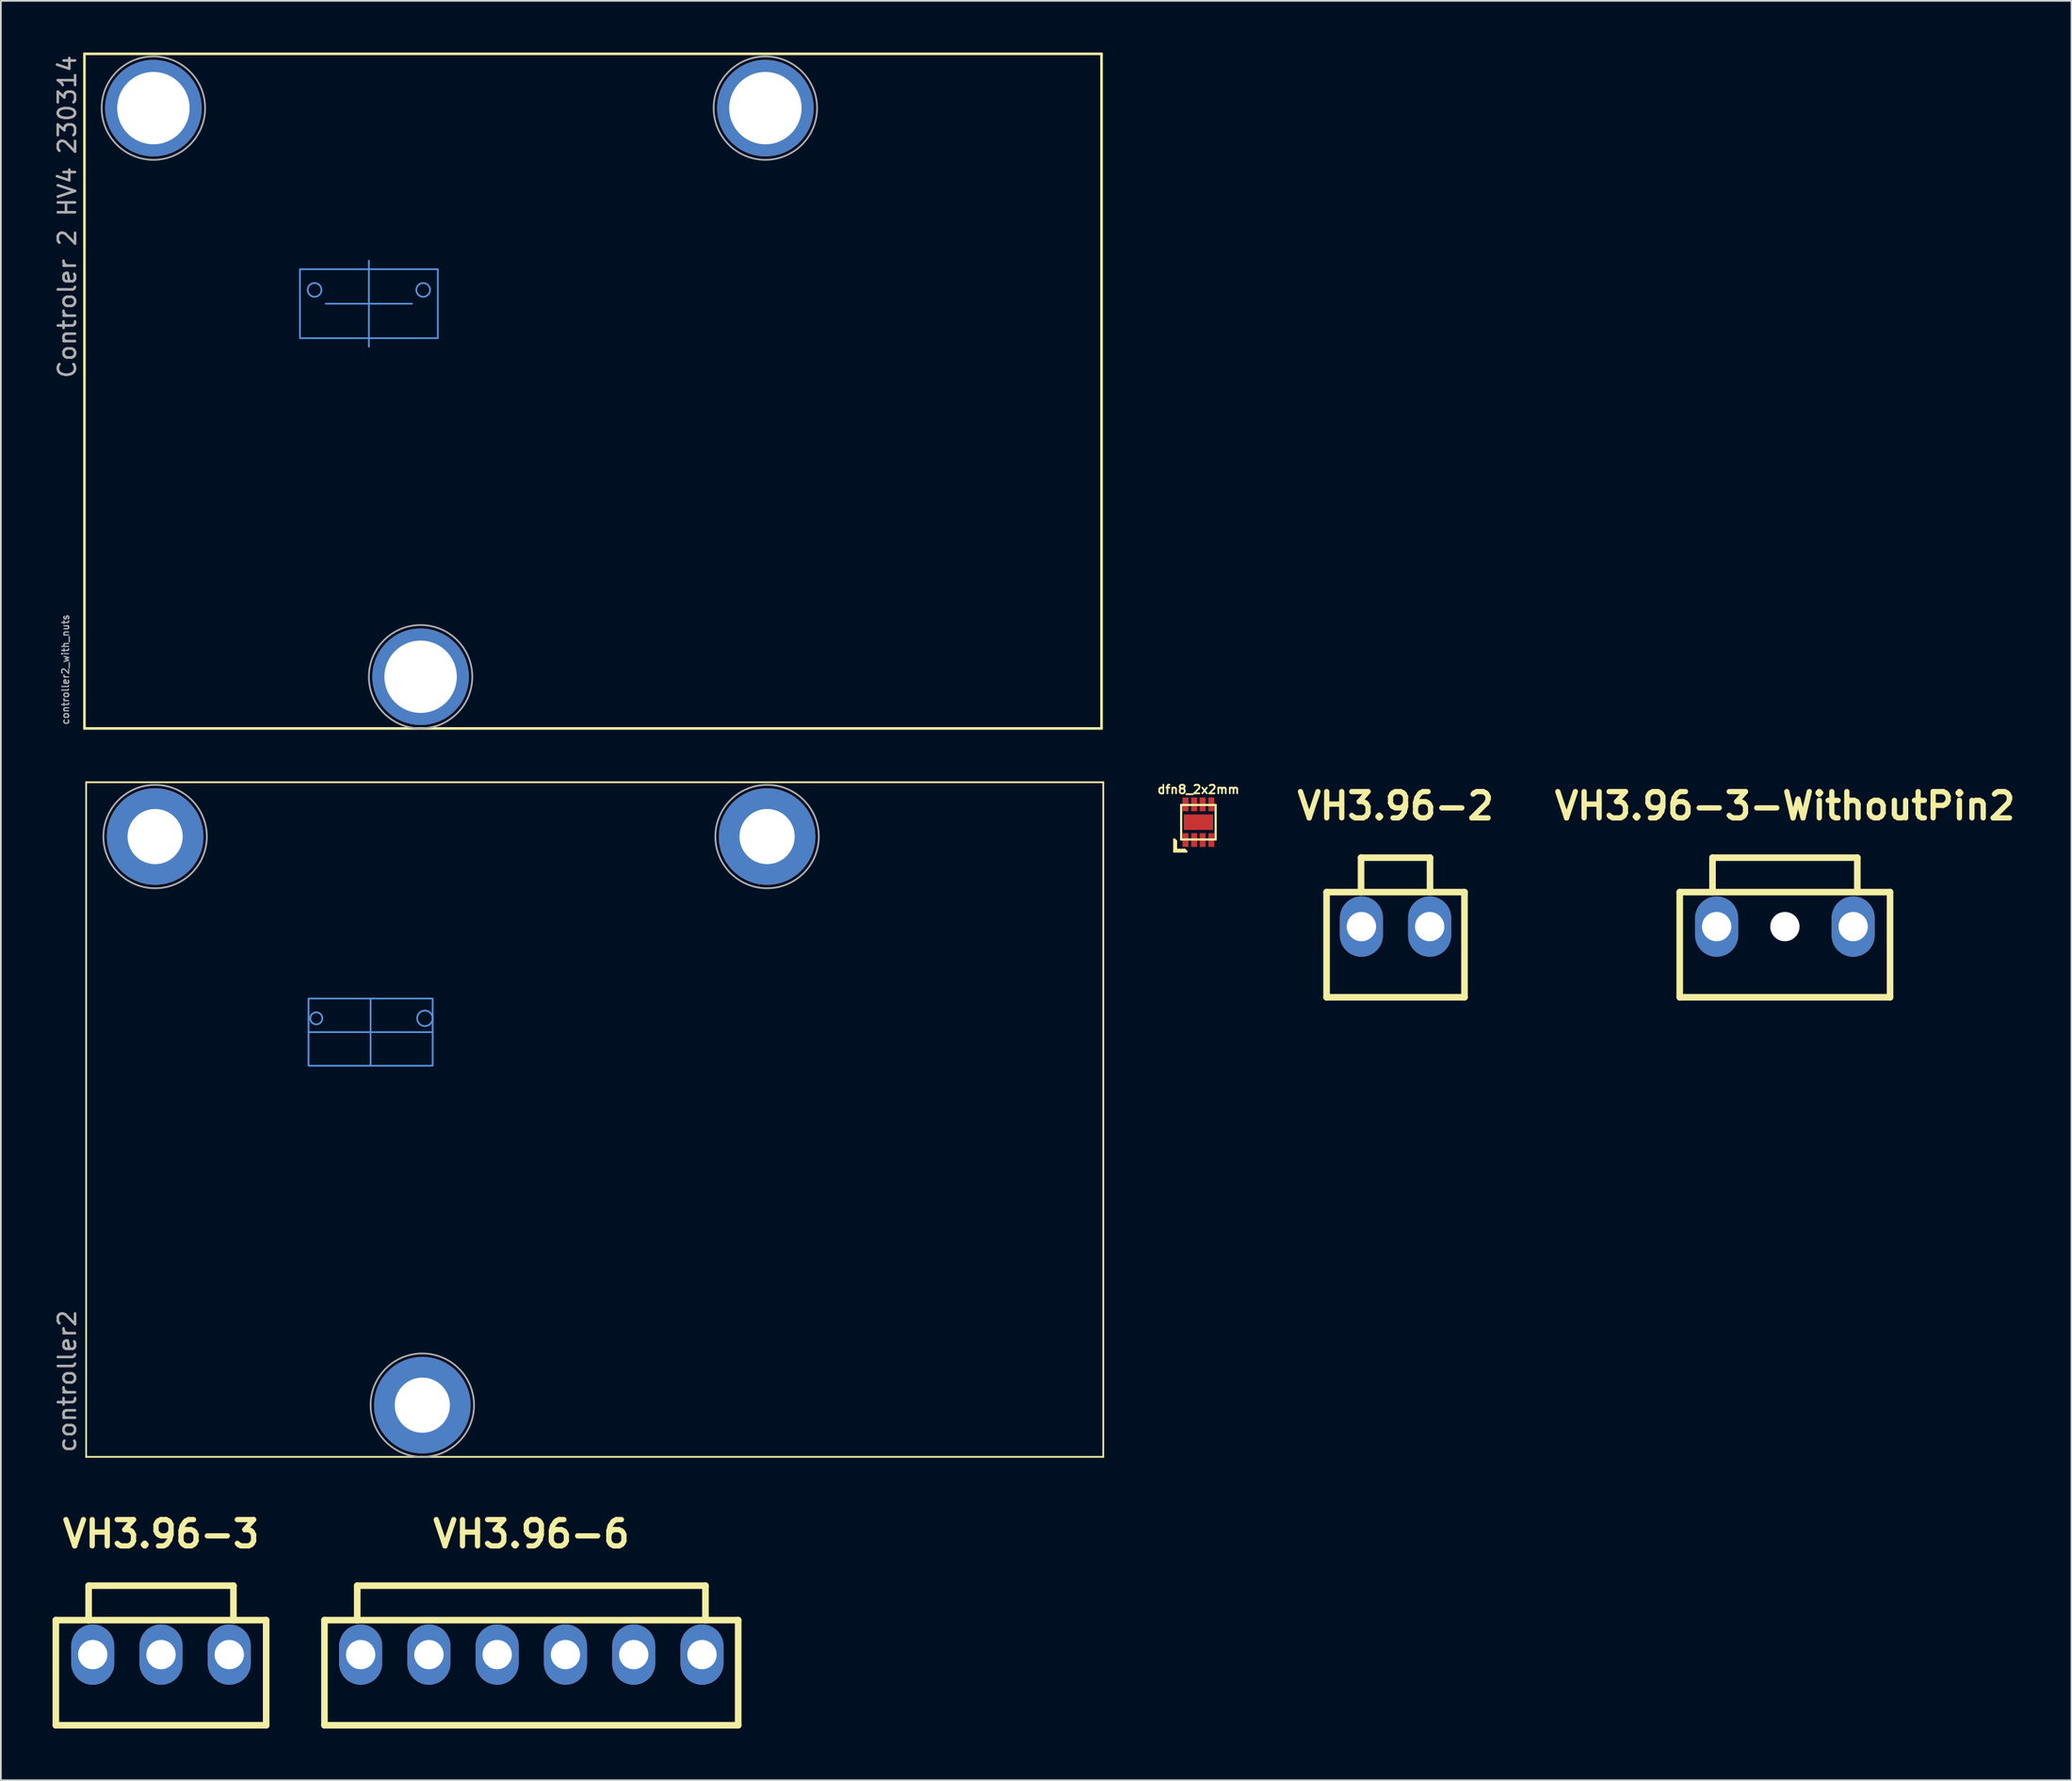
<source format=kicad_pcb>
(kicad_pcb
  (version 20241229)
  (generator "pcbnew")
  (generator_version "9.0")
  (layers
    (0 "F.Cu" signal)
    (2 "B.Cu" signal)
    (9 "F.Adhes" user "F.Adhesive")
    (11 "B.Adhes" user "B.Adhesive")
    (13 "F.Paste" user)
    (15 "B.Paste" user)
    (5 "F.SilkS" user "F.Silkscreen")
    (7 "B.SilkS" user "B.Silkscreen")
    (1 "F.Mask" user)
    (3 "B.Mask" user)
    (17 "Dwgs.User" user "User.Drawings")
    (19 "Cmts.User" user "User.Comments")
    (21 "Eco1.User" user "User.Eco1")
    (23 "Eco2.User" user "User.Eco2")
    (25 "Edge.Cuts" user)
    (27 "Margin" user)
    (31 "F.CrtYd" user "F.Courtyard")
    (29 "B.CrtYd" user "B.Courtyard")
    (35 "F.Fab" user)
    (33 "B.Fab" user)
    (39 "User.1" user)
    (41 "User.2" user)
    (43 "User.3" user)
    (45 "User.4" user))
  (footprint "controller2_with_nuts"
    (layer "F.Cu")
    (at 31.348 19.65)
    (property "Reference" "controller2_with_nuts" (at -30.6 19.4 90) (unlocked yes) (layer "F.Fab") (effects (font (size 0.4 0.4) (thickness 0.075)) (justify left)))
    (attr exclude_from_pos_files exclude_from_bom)
    (fp_line (start -29.5 -19.575) (end 29.5 -19.575) (stroke (width 0.15) (type solid)) (layer "F.SilkS"))
    (fp_line (start -29.5 19.575) (end -29.5 -19.575) (stroke (width 0.15) (type solid)) (layer "F.SilkS"))
    (fp_line (start 29.5 -19.575) (end 29.5 19.575) (stroke (width 0.15) (type solid)) (layer "F.SilkS"))
    (fp_line (start 29.5 19.575) (end -29.5 19.575) (stroke (width 0.15) (type solid)) (layer "F.SilkS"))
    (fp_arc (start -27.866518 -17.034104) (mid -27.624484 -17.62027) (end -27.240109 -18.124677) (stroke (width 0.6) (type default)) (layer "B.Paste"))
    (fp_arc (start -27.232411 -14.667585) (mid -27.619029 -15.170275) (end -27.863671 -15.755358) (stroke (width 0.6) (type default)) (layer "B.Paste"))
    (fp_arc (start -26.134107 -18.766515) (mid -25.505455 -18.849991) (end -24.876437 -18.769315) (stroke (width 0.6) (type default)) (layer "B.Paste"))
    (fp_arc (start -24.865893 -14.033479) (mid -25.494545 -13.950003) (end -26.123563 -14.030679) (stroke (width 0.6) (type default)) (layer "B.Paste"))
    (fp_arc (start -23.767589 -18.132409) (mid -23.380972 -17.629718) (end -23.136329 -17.044636) (stroke (width 0.6) (type default)) (layer "B.Paste"))
    (fp_arc (start -23.133482 -15.76589) (mid -23.375516 -15.179724) (end -23.759891 -14.675317) (stroke (width 0.6) (type default)) (layer "B.Paste"))
    (fp_arc (start -12.366518 15.940896) (mid -12.124484 15.35473) (end -11.740109 14.850323) (stroke (width 0.6) (type default)) (layer "B.Paste"))
    (fp_arc (start -11.732411 18.307415) (mid -12.119029 17.804725) (end -12.363671 17.219642) (stroke (width 0.6) (type default)) (layer "B.Paste"))
    (fp_arc (start -10.634107 14.208485) (mid -10.005455 14.125009) (end -9.376437 14.205685) (stroke (width 0.6) (type default)) (layer "B.Paste"))
    (fp_arc (start -9.365893 18.941521) (mid -9.994545 19.024997) (end -10.623563 18.944321) (stroke (width 0.6) (type default)) (layer "B.Paste"))
    (fp_arc (start -8.267589 14.842591) (mid -7.880972 15.345282) (end -7.636329 15.930364) (stroke (width 0.6) (type default)) (layer "B.Paste"))
    (fp_arc (start -7.633482 17.20911) (mid -7.875516 17.795276) (end -8.259891 18.299683) (stroke (width 0.6) (type default)) (layer "B.Paste"))
    (fp_arc (start 7.633482 -17.059104) (mid 7.875516 -17.64527) (end 8.259891 -18.149677) (stroke (width 0.6) (type default)) (layer "B.Paste"))
    (fp_arc (start 8.267589 -14.692585) (mid 7.880971 -15.195275) (end 7.636329 -15.780358) (stroke (width 0.6) (type default)) (layer "B.Paste"))
    (fp_arc (start 9.365893 -18.791515) (mid 9.994545 -18.874991) (end 10.623563 -18.794315) (stroke (width 0.6) (type default)) (layer "B.Paste"))
    (fp_arc (start 10.634107 -14.058479) (mid 10.005455 -13.975003) (end 9.376437 -14.055679) (stroke (width 0.6) (type default)) (layer "B.Paste"))
    (fp_arc (start 11.732411 -18.157409) (mid 12.119028 -17.654718) (end 12.363671 -17.069636) (stroke (width 0.6) (type default)) (layer "B.Paste"))
    (fp_arc (start 12.366518 -15.79089) (mid 12.124484 -15.204724) (end 11.740109 -14.700317) (stroke (width 0.6) (type default)) (layer "B.Paste"))
    (fp_line (start -15.5 -5.075) (end -10.5 -5.075) (stroke (width 0.1) (type solid)) (layer "Cmts.User"))
    (fp_line (start -13 -7.575) (end -13 -2.575) (stroke (width 0.1) (type solid)) (layer "Cmts.User"))
    (fp_rect (start -17 -3.075) (end -9 -7.075) (stroke (width 0.1) (type solid)) (fill no) (layer "Cmts.User"))
    (fp_circle (center -16.15 -5.875) (end -15.75 -5.875) (stroke (width 0.1) (type solid)) (fill no) (layer "Cmts.User"))
    (fp_circle (center -9.85 -5.875) (end -9.45 -5.875) (stroke (width 0.1) (type solid)) (fill no) (layer "Cmts.User"))
    (fp_circle (center -25.5 -16.425) (end -22.5 -16.425) (stroke (width 0.1) (type default)) (fill no) (layer "F.Fab"))
    (fp_circle (center -10 16.575) (end -7 16.575) (stroke (width 0.1) (type default)) (fill no) (layer "F.Fab"))
    (fp_circle (center 10 -16.425) (end 13 -16.425) (stroke (width 0.1) (type default)) (fill no) (layer "F.Fab"))
    (fp_line (start -28 -16.425) (end -23 -16.425) (stroke (width 0.1) (type solid)) (layer "User.9"))
    (fp_line (start -25.5 -18.925) (end -25.5 -13.925) (stroke (width 0.1) (type solid)) (layer "User.9"))
    (fp_line (start -12.5 16.575) (end -7.5 16.575) (stroke (width 0.1) (type solid)) (layer "User.9"))
    (fp_line (start -10 14.075) (end -10 19.075) (stroke (width 0.1) (type solid)) (layer "User.9"))
    (fp_line (start 7.5 -16.425) (end 12.5 -16.425) (stroke (width 0.1) (type solid)) (layer "User.9"))
    (fp_line (start 10 -18.925) (end 10 -13.925) (stroke (width 0.1) (type solid)) (layer "User.9"))
    (fp_circle (center -25.5 -16.425) (end -23.5 -16.425) (stroke (width 0.1) (type solid)) (fill no) (layer "User.9"))
    (fp_circle (center -10 16.575) (end -8 16.575) (stroke (width 0.1) (type solid)) (fill no) (layer "User.9"))
    (fp_circle (center 10 -16.425) (end 12 -16.425) (stroke (width 0.1) (type solid)) (fill no) (layer "User.9"))
    (fp_text user "Controler 2 HV4 230314" (at -30.5 -19.575 90) (unlocked yes) (layer "F.Fab") (effects (font (size 1 1) (thickness 0.15)) (justify right)))
    (pad "H1" thru_hole circle (at -25.5 -16.425) (size 5.6 5.6) (drill 4.2) (layers "*.Cu" "*.Mask"))
    (pad "H2" thru_hole circle (at 10 -16.425) (size 5.6 5.6) (drill 4.2) (layers "*.Cu" "*.Mask"))
    (pad "H3" thru_hole circle (at -10 16.575) (size 5.6 5.6) (drill 4.2) (layers "*.Cu" "*.Mask")))
  (footprint "controller2"
    (layer "F.Cu")
    (at 31.448 61.925)
    (property "Reference" "controller2" (at -30.6 19.4 90) (unlocked yes) (layer "F.Fab") (effects (font (size 1 1) (thickness 0.15)) (justify left)))
    (attr exclude_from_pos_files exclude_from_bom)
    (fp_line (start -29.5 -19.575) (end 29.5 -19.575) (stroke (width 0.1) (type solid)) (layer "F.SilkS"))
    (fp_line (start -29.5 19.575) (end -29.5 -19.575) (stroke (width 0.1) (type solid)) (layer "F.SilkS"))
    (fp_line (start 29.5 -19.575) (end 29.5 19.575) (stroke (width 0.1) (type solid)) (layer "F.SilkS"))
    (fp_line (start 29.5 19.575) (end -29.5 19.575) (stroke (width 0.1) (type solid)) (layer "F.SilkS"))
    (fp_line (start -16.6 -5.075) (end -9.4 -5.075) (stroke (width 0.1) (type solid)) (layer "Cmts.User"))
    (fp_line (start -13 -7.025) (end -13 -3.125) (stroke (width 0.1) (type solid)) (layer "Cmts.User"))
    (fp_rect (start -16.6 -3.125) (end -9.4 -7.025) (stroke (width 0.1) (type solid)) (fill no) (layer "Cmts.User"))
    (fp_circle (center -16.15 -5.875) (end -15.8 -5.875) (stroke (width 0.1) (type solid)) (fill no) (layer "Cmts.User"))
    (fp_circle (center -9.85 -5.875) (end -9.4 -5.875) (stroke (width 0.1) (type solid)) (fill no) (layer "Cmts.User"))
    (fp_circle (center -25.5 -16.425) (end -22.5 -16.425) (stroke (width 0.1) (type default)) (fill no) (layer "F.Fab"))
    (fp_circle (center -10 16.575) (end -7 16.575) (stroke (width 0.1) (type default)) (fill no) (layer "F.Fab"))
    (fp_circle (center 10 -16.425) (end 13 -16.425) (stroke (width 0.1) (type default)) (fill no) (layer "F.Fab"))
    (fp_line (start -28 -16.425) (end -23 -16.425) (stroke (width 0.1) (type solid)) (layer "User.9"))
    (fp_line (start -25.5 -18.925) (end -25.5 -13.925) (stroke (width 0.1) (type solid)) (layer "User.9"))
    (fp_line (start -12.5 16.575) (end -7.5 16.575) (stroke (width 0.1) (type solid)) (layer "User.9"))
    (fp_line (start -10 14.075) (end -10 19.075) (stroke (width 0.1) (type solid)) (layer "User.9"))
    (fp_line (start 7.5 -16.425) (end 12.5 -16.425) (stroke (width 0.1) (type solid)) (layer "User.9"))
    (fp_line (start 10 -18.925) (end 10 -13.925) (stroke (width 0.1) (type solid)) (layer "User.9"))
    (fp_circle (center -25.5 -16.425) (end -23.5 -16.425) (stroke (width 0.1) (type solid)) (fill no) (layer "User.9"))
    (fp_circle (center -10 16.575) (end -8 16.575) (stroke (width 0.1) (type solid)) (fill no) (layer "User.9"))
    (fp_circle (center 10 -16.425) (end 12 -16.425) (stroke (width 0.1) (type solid)) (fill no) (layer "User.9"))
    (pad "H1" thru_hole circle (at -25.5 -16.425) (size 5.6 5.6) (drill 3.2) (layers "*.Cu" "*.Mask"))
    (pad "H2" thru_hole circle (at 10 -16.425) (size 5.6 5.6) (drill 3.2) (layers "*.Cu" "*.Mask"))
    (pad "H3" thru_hole circle (at -10 16.575) (size 5.6 5.6) (drill 3.2) (layers "*.Cu" "*.Mask")))
  (footprint "VH3.96-3-WithoutPin2"
    (layer "F.Cu")
    (at 100.489 50.726)
    (property "Reference" "VH3.96-3-WithoutPin2" (at 0 -7 0) (layer "F.SilkS") (effects (font (size 1.524 1.524) (thickness 0.305))))
    (attr through_hole)
    (fp_line (start -6.1 -2) (end 6.1 -2) (stroke (width 0.381) (type solid)) (layer "F.SilkS"))
    (fp_line (start -6.1 4.1) (end -6.1 -2) (stroke (width 0.381) (type solid)) (layer "F.SilkS"))
    (fp_line (start -6.1 4.1) (end 6.1 4.1) (stroke (width 0.381) (type solid)) (layer "F.SilkS"))
    (fp_line (start -4.2 -4) (end 4.2 -4) (stroke (width 0.381) (type solid)) (layer "F.SilkS"))
    (fp_line (start -4.2 -2) (end -4.2 -4) (stroke (width 0.381) (type solid)) (layer "F.SilkS"))
    (fp_line (start 4.2 -4) (end 4.2 -2) (stroke (width 0.381) (type solid)) (layer "F.SilkS"))
    (fp_line (start 6.1 -2) (end 6.1 4.1) (stroke (width 0.381) (type solid)) (layer "F.SilkS"))
    (pad "" np_thru_hole circle (at 0 0) (size 1.7 1.7) (drill 1.7) (layers "*.Cu" "*.Mask"))
    (pad "1" thru_hole oval (at 3.96 0) (size 2.5 3.5) (drill 1.7) (layers "*.Cu" "*.Mask"))
    (pad "3" thru_hole oval (at -3.96 0) (size 2.5 3.5) (drill 1.7) (layers "*.Cu" "*.Mask")))
  (footprint "VH3.96-3"
    (layer "F.Cu")
    (at 6.29 92.976)
    (property "Reference" "VH3.96-3" (at 0 -7 0) (layer "F.SilkS") (effects (font (size 1.524 1.524) (thickness 0.305))))
    (attr through_hole)
    (fp_line (start -6.1 -2) (end 6.1 -2) (stroke (width 0.381) (type solid)) (layer "F.SilkS"))
    (fp_line (start -6.1 4.1) (end -6.1 -2) (stroke (width 0.381) (type solid)) (layer "F.SilkS"))
    (fp_line (start -6.1 4.1) (end 6.1 4.1) (stroke (width 0.381) (type solid)) (layer "F.SilkS"))
    (fp_line (start -4.2 -4) (end 4.2 -4) (stroke (width 0.381) (type solid)) (layer "F.SilkS"))
    (fp_line (start -4.2 -2) (end -4.2 -4) (stroke (width 0.381) (type solid)) (layer "F.SilkS"))
    (fp_line (start 4.2 -4) (end 4.2 -2) (stroke (width 0.381) (type solid)) (layer "F.SilkS"))
    (fp_line (start 6.1 -2) (end 6.1 4.1) (stroke (width 0.381) (type solid)) (layer "F.SilkS"))
    (pad "1" thru_hole oval (at 3.96 0) (size 2.5 3.5) (drill 1.7) (layers "*.Cu" "*.Mask"))
    (pad "2" thru_hole oval (at 0 0) (size 2.5 3.5) (drill 1.7) (layers "*.Cu" "*.Mask"))
    (pad "3" thru_hole oval (at -3.96 0) (size 2.5 3.5) (drill 1.7) (layers "*.Cu" "*.Mask")))
  (footprint "dfn8_2x2mm"
    (layer "F.Cu")
    (at 66.468 44.667)
    (property "Reference" "dfn8_2x2mm" (at 0 -1.9 0) (layer "F.SilkS") (effects (font (size 0.5 0.5) (thickness 0.099))))
    (attr through_hole)
    (fp_line (start -1.4 1) (end -1.4 1.7) (stroke (width 0.127) (type solid)) (layer "F.SilkS"))
    (fp_line (start -1.3 1.1) (end -1.4 1) (stroke (width 0.127) (type solid)) (layer "F.SilkS"))
    (fp_line (start -1.3 1.6) (end -1.3 1.1) (stroke (width 0.127) (type solid)) (layer "F.SilkS"))
    (fp_line (start -1.3 1.6) (end -0.8 1.6) (stroke (width 0.127) (type solid)) (layer "F.SilkS"))
    (fp_line (start -1.001 1) (end -1.001 -1.001) (stroke (width 0.127) (type solid)) (layer "F.SilkS"))
    (fp_line (start -1 -1) (end 1 -1) (stroke (width 0.127) (type solid)) (layer "F.SilkS"))
    (fp_line (start -0.8 1.6) (end -0.7 1.7) (stroke (width 0.127) (type solid)) (layer "F.SilkS"))
    (fp_line (start -0.7 1.7) (end -1.4 1.7) (stroke (width 0.127) (type solid)) (layer "F.SilkS"))
    (fp_line (start 1 1.001) (end -1.001 1.001) (stroke (width 0.127) (type solid)) (layer "F.SilkS"))
    (fp_line (start 1.001 -1.001) (end 1.001 1) (stroke (width 0.127) (type solid)) (layer "F.SilkS"))
    (pad "1" smd rect (at -0.749 1.034) (size 0.348 0.8) (layers "F.Cu" "F.Mask" "F.Paste"))
    (pad "2" smd rect (at -0.246 1.034) (size 0.348 0.8) (layers "F.Cu" "F.Mask" "F.Paste"))
    (pad "3" smd rect (at 0.246 1.034) (size 0.348 0.8) (layers "F.Cu" "F.Mask" "F.Paste"))
    (pad "4" smd rect (at 0.749 1.034) (size 0.348 0.8) (layers "F.Cu" "F.Mask" "F.Paste"))
    (pad "5" smd rect (at 0.749 -1.034) (size 0.348 0.8) (layers "F.Cu" "F.Mask" "F.Paste"))
    (pad "6" smd rect (at 0.246 -1.034) (size 0.348 0.8) (layers "F.Cu" "F.Mask" "F.Paste"))
    (pad "7" smd rect (at -0.246 -1.034) (size 0.348 0.8) (layers "F.Cu" "F.Mask" "F.Paste"))
    (pad "8" smd rect (at -0.749 -1.034) (size 0.348 0.8) (layers "F.Cu" "F.Mask" "F.Paste"))
    (pad "9" smd rect (at 0 0) (size 1.7 0.9) (layers "F.Cu" "F.Mask" "F.Paste")))
  (footprint "VH3.96-6"
    (layer "F.Cu")
    (at 27.771 92.976)
    (property "Reference" "VH3.96-6" (at 0 -7 0) (layer "F.SilkS") (effects (font (size 1.524 1.524) (thickness 0.305))))
    (attr through_hole)
    (fp_line (start -12 -2) (end 12 -2) (stroke (width 0.381) (type solid)) (layer "F.SilkS"))
    (fp_line (start -12 4.1) (end -12 -2) (stroke (width 0.381) (type solid)) (layer "F.SilkS"))
    (fp_line (start -12 4.1) (end 12 4.1) (stroke (width 0.381) (type solid)) (layer "F.SilkS"))
    (fp_line (start -10.1 -2) (end -10.1 -4) (stroke (width 0.381) (type solid)) (layer "F.SilkS"))
    (fp_line (start 10.1 -4) (end -10.1 -4) (stroke (width 0.381) (type solid)) (layer "F.SilkS"))
    (fp_line (start 10.1 -4) (end 10.1 -2) (stroke (width 0.381) (type solid)) (layer "F.SilkS"))
    (fp_line (start 12 -2) (end 12 4.1) (stroke (width 0.381) (type solid)) (layer "F.SilkS"))
    (pad "1" thru_hole oval (at 9.9 0) (size 2.5 3.5) (drill 1.7) (layers "*.Cu" "*.Mask"))
    (pad "2" thru_hole oval (at 5.94 0) (size 2.5 3.5) (drill 1.7) (layers "*.Cu" "*.Mask"))
    (pad "3" thru_hole oval (at 1.98 0) (size 2.5 3.5) (drill 1.7) (layers "*.Cu" "*.Mask"))
    (pad "4" thru_hole oval (at -1.98 0) (size 2.5 3.5) (drill 1.7) (layers "*.Cu" "*.Mask"))
    (pad "5" thru_hole oval (at -5.94 0) (size 2.5 3.5) (drill 1.7) (layers "*.Cu" "*.Mask"))
    (pad "6" thru_hole oval (at -9.9 0) (size 2.5 3.5) (drill 1.7) (layers "*.Cu" "*.Mask")))
  (footprint "VH3.96-2"
    (layer "F.Cu")
    (at 77.902 50.726)
    (property "Reference" "VH3.96-2" (at 0 -7 0) (layer "F.SilkS") (effects (font (size 1.524 1.524) (thickness 0.305))))
    (attr through_hole)
    (fp_line (start -4 -2) (end 4 -2) (stroke (width 0.381) (type solid)) (layer "F.SilkS"))
    (fp_line (start -4 4.1) (end -4 -2) (stroke (width 0.381) (type solid)) (layer "F.SilkS"))
    (fp_line (start -4 4.1) (end 4 4.1) (stroke (width 0.381) (type solid)) (layer "F.SilkS"))
    (fp_line (start -2 -2) (end -2 -4) (stroke (width 0.381) (type solid)) (layer "F.SilkS"))
    (fp_line (start 2 -4) (end -2 -4) (stroke (width 0.381) (type solid)) (layer "F.SilkS"))
    (fp_line (start 2 -4) (end 2 -2) (stroke (width 0.381) (type solid)) (layer "F.SilkS"))
    (fp_line (start 4 -2) (end 4 4.1) (stroke (width 0.381) (type solid)) (layer "F.SilkS"))
    (pad "1" thru_hole oval (at 1.98 0) (size 2.5 3.5) (drill 1.7) (layers "*.Cu" "*.Mask"))
    (pad "2" thru_hole oval (at -1.98 0) (size 2.5 3.5) (drill 1.7) (layers "*.Cu" "*.Mask")))
  (gr_rect
    (start -3 -3)
    (end 117.111 100.267)
    (stroke (width 0.1) (type default))
    (fill no)
    (layer "Edge.Cuts")))
</source>
